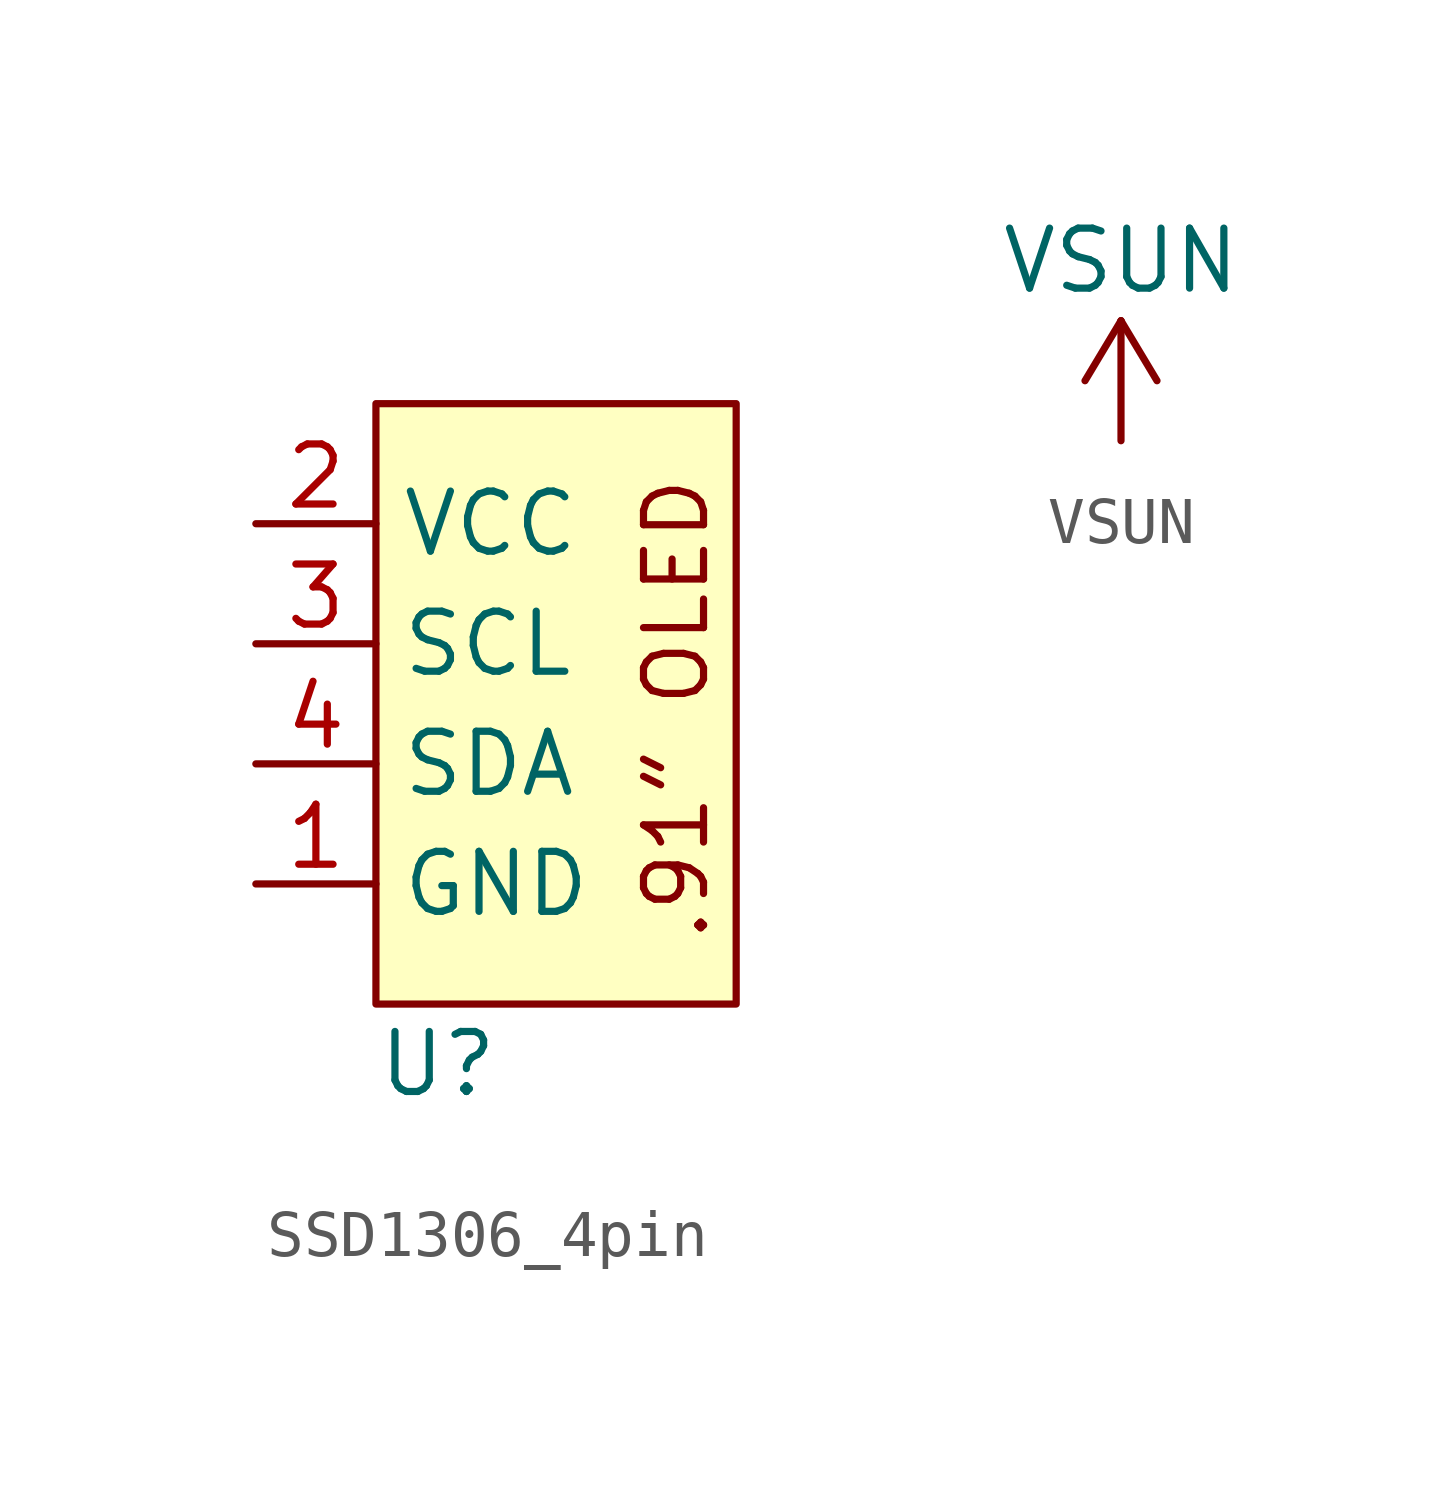
<source format=kicad_sym>
(kicad_symbol_lib
  (version 20220914)
  (generator kicad_symbol_editor)
  (symbol "SSD1306_4pin"
    (property "Reference" "U"
      (at 2.54 -3.81 0)
      (effects (font (size 1.27 1.27)) (justify left)))
    (property "Value" ""
      (at 0 12.7 90)
      (effects (font (size 1.27 1.27))))
    (symbol "SSD1306_4pin_1_1"
      (rectangle (start 2.54 10.16) (end 10.16 -2.54) (stroke (width 0) (type default)) (fill (type background)))
      (text ".91″ OLED" (at 8.89 -1.27 900) (effects (font (size 1.27 1.27)) (justify left)))
      (pin power_in line (at 0 0 0) (length 2.54) (name "GND" (effects (font (size 1.27 1.27)))) (number "1" (effects (font (size 1.27 1.27)))))
      (pin power_in line (at 0 7.62 0) (length 2.54) (name "VCC" (effects (font (size 1.27 1.27)))) (number "2" (effects (font (size 1.27 1.27)))))
      (pin bidirectional line (at 0 5.08 0) (length 2.54) (name "SCL" (effects (font (size 1.27 1.27)))) (number "3" (effects (font (size 1.27 1.27)))))
      (pin bidirectional line (at 0 2.54 0) (length 2.54) (name "SDA" (effects (font (size 1.27 1.27)))) (number "4" (effects (font (size 1.27 1.27)))))))
  (symbol "VSUN"
    (power)
    (pin_names
      (offset 0))
    (property "Reference" "#PWR"
      (at 0 -3.81 0)
      (effects (font (size 1.27 1.27)) hide))
    (property "Value" "VSUN"
      (at 0 3.81 0)
      (effects (font (size 1.27 1.27))))
    (symbol "VSUN_0_1"
      (polyline (pts (xy -0.762 1.27) (xy 0 2.54)) (stroke (width 0) (type default)) (fill (type none)))
      (polyline (pts (xy 0 0) (xy 0 2.54)) (stroke (width 0) (type default)) (fill (type none)))
      (polyline (pts (xy 0 2.54) (xy 0.762 1.27)) (stroke (width 0) (type default)) (fill (type none))))
    (symbol "VSUN_1_1"
      (pin power_in line (at 0 0 90) (length 0) hide (name "VSUN" (effects (font (size 1.27 1.27)))) (number "" (effects (font (size 1.27 1.27))))))))
</source>
